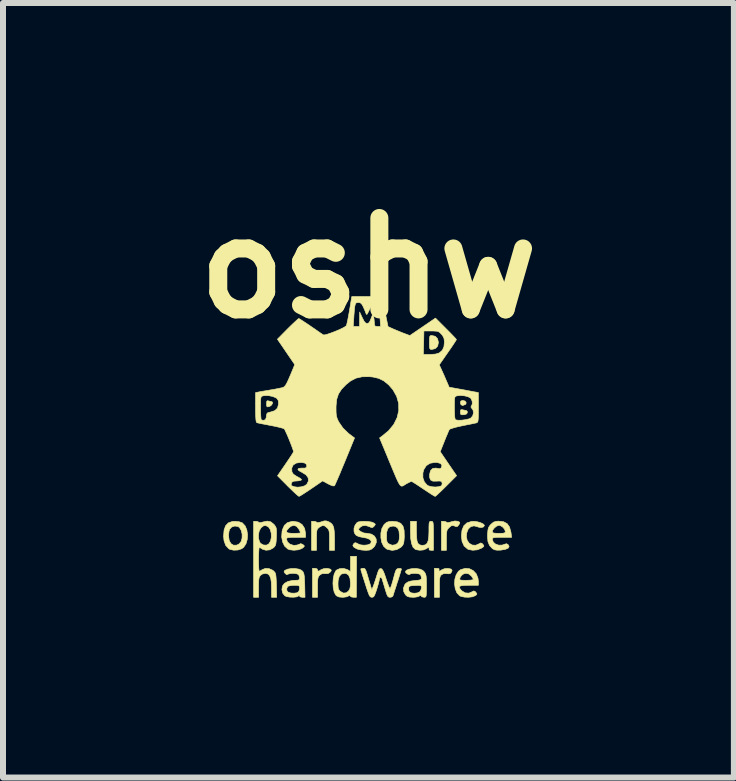
<source format=kicad_pcb>
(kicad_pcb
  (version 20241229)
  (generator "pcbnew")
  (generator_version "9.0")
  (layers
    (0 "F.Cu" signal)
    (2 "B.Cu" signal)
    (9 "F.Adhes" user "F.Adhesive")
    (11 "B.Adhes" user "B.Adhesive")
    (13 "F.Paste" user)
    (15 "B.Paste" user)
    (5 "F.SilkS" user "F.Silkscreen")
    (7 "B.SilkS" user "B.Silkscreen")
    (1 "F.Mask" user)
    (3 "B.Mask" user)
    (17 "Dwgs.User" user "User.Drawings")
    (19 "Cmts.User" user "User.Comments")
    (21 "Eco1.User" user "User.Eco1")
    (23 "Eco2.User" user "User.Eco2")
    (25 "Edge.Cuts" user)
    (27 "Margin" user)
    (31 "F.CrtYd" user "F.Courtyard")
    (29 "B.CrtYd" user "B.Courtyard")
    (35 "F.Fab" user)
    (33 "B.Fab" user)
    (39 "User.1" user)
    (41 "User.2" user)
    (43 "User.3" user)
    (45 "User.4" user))
  (footprint "oshw"
    (layer "F.Cu")
    (at 3.092 4.441)
    (property "Reference" "oshw" (at 0 -3.023 0) (layer "F.SilkS") (effects (font (size 1.524 1.524) (thickness 0.3))))
    (attr through_hole)
    (fp_poly (pts (xy 1.61 -0.806) (xy 1.628 -0.783) (xy 1.625 -0.758) (xy 1.614 -0.748) (xy 1.572 -0.732) (xy 1.543 -0.743) (xy 1.532 -0.774) (xy 1.539 -0.806) (xy 1.566 -0.816) (xy 1.574 -0.816) (xy 1.61 -0.806)) (stroke (width 0.01) (type solid)) (fill yes) (layer "F.SilkS"))
    (fp_poly (pts (xy 1.57 -0.66) (xy 1.609 -0.652) (xy 1.628 -0.65) (xy 1.645 -0.636) (xy 1.649 -0.618) (xy 1.637 -0.592) (xy 1.599 -0.579) (xy 1.561 -0.577) (xy 1.541 -0.58) (xy 1.534 -0.601) (xy 1.532 -0.629) (xy 1.537 -0.659) (xy 1.558 -0.663) (xy 1.57 -0.66)) (stroke (width 0.01) (type solid)) (fill yes) (layer "F.SilkS"))
    (fp_poly (pts (xy -1.673 -0.81) (xy -1.634 -0.8) (xy -1.621 -0.799) (xy -1.601 -0.789) (xy -1.6 -0.766) (xy -1.616 -0.739) (xy -1.644 -0.718) (xy -1.653 -0.715) (xy -1.684 -0.709) (xy -1.696 -0.72) (xy -1.699 -0.755) (xy -1.699 -0.761) (xy -1.696 -0.8) (xy -1.684 -0.812) (xy -1.673 -0.81)) (stroke (width 0.01) (type solid)) (fill yes) (layer "F.SilkS"))
    (fp_poly (pts (xy 1.113 -1.885) (xy 1.151 -1.846) (xy 1.166 -1.786) (xy 1.166 -1.782) (xy 1.153 -1.721) (xy 1.115 -1.681) (xy 1.057 -1.666) (xy 1.054 -1.666) (xy 1.034 -1.668) (xy 1.023 -1.679) (xy 1.017 -1.707) (xy 1.016 -1.759) (xy 1.016 -1.782) (xy 1.017 -1.843) (xy 1.02 -1.878) (xy 1.03 -1.894) (xy 1.046 -1.899) (xy 1.054 -1.899) (xy 1.113 -1.885)) (stroke (width 0.01) (type solid)) (fill yes) (layer "F.SilkS"))
    (fp_poly (pts (xy 1.174 1.987) (xy 1.177 2.005) (xy 1.177 2.007) (xy 1.175 2.029) (xy 1.194 2.026) (xy 1.223 2.006) (xy 1.268 1.988) (xy 1.324 1.983) (xy 1.372 1.993) (xy 1.38 1.997) (xy 1.394 2.016) (xy 1.384 2.045) (xy 1.365 2.068) (xy 1.334 2.074) (xy 1.307 2.07) (xy 1.254 2.07) (xy 1.215 2.091) (xy 1.2 2.108) (xy 1.191 2.133) (xy 1.185 2.171) (xy 1.183 2.231) (xy 1.183 2.293) (xy 1.183 2.465) (xy 1.099 2.465) (xy 1.099 1.982) (xy 1.143 1.982) (xy 1.174 1.987)) (stroke (width 0.01) (type solid)) (fill yes) (layer "F.SilkS"))
    (fp_poly (pts (xy 1.488 1.198) (xy 1.491 1.199) (xy 1.519 1.213) (xy 1.522 1.229) (xy 1.506 1.257) (xy 1.482 1.285) (xy 1.458 1.286) (xy 1.448 1.282) (xy 1.41 1.268) (xy 1.377 1.275) (xy 1.34 1.307) (xy 1.321 1.328) (xy 1.309 1.351) (xy 1.303 1.385) (xy 1.3 1.436) (xy 1.299 1.512) (xy 1.299 1.682) (xy 1.216 1.682) (xy 1.216 1.199) (xy 1.256 1.199) (xy 1.289 1.205) (xy 1.302 1.215) (xy 1.32 1.221) (xy 1.361 1.213) (xy 1.378 1.207) (xy 1.44 1.193) (xy 1.488 1.198)) (stroke (width 0.01) (type solid)) (fill yes) (layer "F.SilkS"))
    (fp_poly (pts (xy -0.858 1.991) (xy -0.849 2.007) (xy -0.842 2.029) (xy -0.82 2.025) (xy -0.792 2.006) (xy -0.746 1.988) (xy -0.689 1.983) (xy -0.64 1.994) (xy -0.634 1.998) (xy -0.619 2.013) (xy -0.628 2.033) (xy -0.639 2.046) (xy -0.673 2.07) (xy -0.719 2.071) (xy -0.724 2.07) (xy -0.773 2.071) (xy -0.811 2.094) (xy -0.814 2.097) (xy -0.831 2.117) (xy -0.841 2.142) (xy -0.847 2.18) (xy -0.849 2.239) (xy -0.849 2.298) (xy -0.849 2.465) (xy -0.933 2.465) (xy -0.933 1.982) (xy -0.891 1.982) (xy -0.858 1.991)) (stroke (width 0.01) (type solid)) (fill yes) (layer "F.SilkS"))
    (fp_poly (pts (xy -0.666 1.205) (xy -0.659 1.208) (xy -0.622 1.231) (xy -0.596 1.261) (xy -0.579 1.306) (xy -0.57 1.369) (xy -0.567 1.458) (xy -0.566 1.5) (xy -0.566 1.682) (xy -0.65 1.682) (xy -0.65 1.515) (xy -0.65 1.438) (xy -0.653 1.386) (xy -0.659 1.352) (xy -0.671 1.329) (xy -0.69 1.307) (xy -0.69 1.307) (xy -0.732 1.274) (xy -0.769 1.27) (xy -0.813 1.293) (xy -0.822 1.3) (xy -0.842 1.317) (xy -0.855 1.336) (xy -0.862 1.364) (xy -0.865 1.408) (xy -0.866 1.475) (xy -0.866 1.509) (xy -0.866 1.682) (xy -0.949 1.682) (xy -0.949 1.199) (xy -0.909 1.199) (xy -0.876 1.205) (xy -0.863 1.215) (xy -0.845 1.221) (xy -0.804 1.213) (xy -0.786 1.207) (xy -0.737 1.192) (xy -0.703 1.192) (xy -0.666 1.205)) (stroke (width 0.01) (type solid)) (fill yes) (layer "F.SilkS"))
    (fp_poly (pts (xy 1.81 1.205) (xy 1.864 1.22) (xy 1.908 1.24) (xy 1.931 1.262) (xy 1.932 1.269) (xy 1.918 1.292) (xy 1.884 1.302) (xy 1.841 1.298) (xy 1.82 1.29) (xy 1.758 1.274) (xy 1.705 1.288) (xy 1.663 1.327) (xy 1.638 1.391) (xy 1.632 1.451) (xy 1.645 1.516) (xy 1.68 1.565) (xy 1.73 1.594) (xy 1.787 1.598) (xy 1.843 1.574) (xy 1.872 1.559) (xy 1.894 1.568) (xy 1.907 1.582) (xy 1.923 1.604) (xy 1.92 1.62) (xy 1.893 1.64) (xy 1.88 1.648) (xy 1.813 1.674) (xy 1.738 1.681) (xy 1.669 1.668) (xy 1.652 1.66) (xy 1.594 1.609) (xy 1.56 1.535) (xy 1.549 1.444) (xy 1.559 1.345) (xy 1.59 1.272) (xy 1.641 1.225) (xy 1.714 1.202) (xy 1.754 1.199) (xy 1.81 1.205)) (stroke (width 0.01) (type solid)) (fill yes) (layer "F.SilkS"))
    (fp_poly (pts (xy -2.157 1.206) (xy -2.106 1.223) (xy -2.101 1.226) (xy -2.055 1.276) (xy -2.027 1.344) (xy -2.016 1.422) (xy -2.021 1.502) (xy -2.042 1.574) (xy -2.08 1.631) (xy -2.113 1.656) (xy -2.177 1.677) (xy -2.247 1.68) (xy -2.309 1.667) (xy -2.328 1.656) (xy -2.379 1.601) (xy -2.408 1.521) (xy -2.415 1.448) (xy -2.332 1.448) (xy -2.321 1.52) (xy -2.292 1.571) (xy -2.25 1.597) (xy -2.197 1.596) (xy -2.154 1.574) (xy -2.122 1.534) (xy -2.107 1.477) (xy -2.106 1.412) (xy -2.121 1.351) (xy -2.149 1.304) (xy -2.173 1.286) (xy -2.228 1.277) (xy -2.28 1.294) (xy -2.314 1.331) (xy -2.325 1.366) (xy -2.331 1.42) (xy -2.332 1.448) (xy -2.415 1.448) (xy -2.415 1.443) (xy -2.407 1.344) (xy -2.381 1.272) (xy -2.336 1.225) (xy -2.27 1.202) (xy -2.224 1.199) (xy -2.157 1.206)) (stroke (width 0.01) (type solid)) (fill yes) (layer "F.SilkS"))
    (fp_poly (pts (xy 0.799 1.372) (xy 0.802 1.464) (xy 0.81 1.529) (xy 0.826 1.569) (xy 0.853 1.591) (xy 0.891 1.599) (xy 0.902 1.599) (xy 0.946 1.592) (xy 0.976 1.567) (xy 0.995 1.522) (xy 1.005 1.451) (xy 1.008 1.364) (xy 1.008 1.289) (xy 1.01 1.241) (xy 1.015 1.214) (xy 1.024 1.202) (xy 1.04 1.199) (xy 1.045 1.199) (xy 1.06 1.2) (xy 1.07 1.207) (xy 1.077 1.223) (xy 1.08 1.255) (xy 1.082 1.308) (xy 1.083 1.386) (xy 1.083 1.441) (xy 1.083 1.682) (xy 1.042 1.682) (xy 1.012 1.676) (xy 1.01 1.657) (xy 1.011 1.636) (xy 0.991 1.638) (xy 0.959 1.658) (xy 0.914 1.676) (xy 0.855 1.681) (xy 0.798 1.672) (xy 0.777 1.663) (xy 0.742 1.629) (xy 0.719 1.572) (xy 0.704 1.488) (xy 0.7 1.376) (xy 0.7 1.366) (xy 0.7 1.199) (xy 0.799 1.199) (xy 0.799 1.372)) (stroke (width 0.01) (type solid)) (fill yes) (layer "F.SilkS"))
    (fp_poly (pts (xy -0.202 2.465) (xy -0.25 2.465) (xy -0.286 2.459) (xy -0.305 2.444) (xy -0.316 2.432) (xy -0.334 2.444) (xy -0.364 2.457) (xy -0.411 2.464) (xy -0.433 2.465) (xy -0.491 2.46) (xy -0.53 2.442) (xy -0.545 2.428) (xy -0.571 2.379) (xy -0.587 2.31) (xy -0.592 2.235) (xy -0.508 2.235) (xy -0.506 2.294) (xy -0.498 2.331) (xy -0.48 2.357) (xy -0.469 2.367) (xy -0.417 2.395) (xy -0.37 2.39) (xy -0.334 2.362) (xy -0.312 2.328) (xy -0.302 2.28) (xy -0.3 2.232) (xy -0.308 2.149) (xy -0.332 2.095) (xy -0.373 2.068) (xy -0.398 2.065) (xy -0.452 2.078) (xy -0.487 2.117) (xy -0.505 2.184) (xy -0.508 2.235) (xy -0.592 2.235) (xy -0.592 2.231) (xy -0.587 2.151) (xy -0.572 2.08) (xy -0.547 2.027) (xy -0.533 2.012) (xy -0.48 1.988) (xy -0.415 1.984) (xy -0.354 2.002) (xy -0.341 2.009) (xy -0.3 2.036) (xy -0.3 1.782) (xy -0.199 1.782) (xy -0.202 2.465)) (stroke (width 0.01) (type solid)) (fill yes) (layer "F.SilkS"))
    (fp_poly (pts (xy 0.48 1.207) (xy 0.538 1.233) (xy 0.575 1.279) (xy 0.594 1.349) (xy 0.597 1.446) (xy 0.597 1.462) (xy 0.592 1.527) (xy 0.585 1.569) (xy 0.571 1.598) (xy 0.547 1.625) (xy 0.536 1.634) (xy 0.471 1.671) (xy 0.395 1.683) (xy 0.318 1.667) (xy 0.298 1.657) (xy 0.253 1.615) (xy 0.222 1.552) (xy 0.207 1.475) (xy 0.207 1.442) (xy 0.3 1.442) (xy 0.302 1.503) (xy 0.309 1.539) (xy 0.324 1.563) (xy 0.337 1.573) (xy 0.394 1.597) (xy 0.449 1.589) (xy 0.483 1.566) (xy 0.504 1.536) (xy 0.514 1.492) (xy 0.516 1.435) (xy 0.508 1.357) (xy 0.484 1.307) (xy 0.441 1.282) (xy 0.408 1.278) (xy 0.355 1.289) (xy 0.321 1.322) (xy 0.303 1.382) (xy 0.3 1.442) (xy 0.207 1.442) (xy 0.207 1.395) (xy 0.223 1.32) (xy 0.257 1.258) (xy 0.268 1.245) (xy 0.303 1.216) (xy 0.342 1.203) (xy 0.399 1.199) (xy 0.4 1.199) (xy 0.48 1.207)) (stroke (width 0.01) (type solid)) (fill yes) (layer "F.SilkS"))
    (fp_poly (pts (xy 1.684 1.989) (xy 1.747 2.021) (xy 1.797 2.075) (xy 1.826 2.149) (xy 1.832 2.205) (xy 1.832 2.265) (xy 1.674 2.265) (xy 1.591 2.267) (xy 1.539 2.274) (xy 1.515 2.288) (xy 1.517 2.31) (xy 1.543 2.344) (xy 1.557 2.358) (xy 1.611 2.391) (xy 1.673 2.396) (xy 1.726 2.374) (xy 1.755 2.359) (xy 1.777 2.368) (xy 1.789 2.381) (xy 1.807 2.405) (xy 1.801 2.422) (xy 1.78 2.438) (xy 1.732 2.457) (xy 1.667 2.465) (xy 1.598 2.462) (xy 1.539 2.449) (xy 1.518 2.438) (xy 1.473 2.389) (xy 1.446 2.321) (xy 1.435 2.243) (xy 1.44 2.164) (xy 1.52 2.164) (xy 1.527 2.175) (xy 1.551 2.18) (xy 1.598 2.182) (xy 1.631 2.182) (xy 1.689 2.18) (xy 1.731 2.175) (xy 1.749 2.168) (xy 1.749 2.167) (xy 1.739 2.146) (xy 1.716 2.112) (xy 1.714 2.109) (xy 1.669 2.074) (xy 1.617 2.065) (xy 1.569 2.083) (xy 1.533 2.124) (xy 1.525 2.144) (xy 1.52 2.164) (xy 1.44 2.164) (xy 1.44 2.163) (xy 1.462 2.09) (xy 1.499 2.032) (xy 1.534 2.006) (xy 1.61 1.983) (xy 1.684 1.989)) (stroke (width 0.01) (type solid)) (fill yes) (layer "F.SilkS"))
    (fp_poly (pts (xy -1.169 1.213) (xy -1.106 1.253) (xy -1.065 1.316) (xy -1.049 1.4) (xy -1.049 1.407) (xy -1.049 1.466) (xy -1.208 1.466) (xy -1.281 1.466) (xy -1.328 1.469) (xy -1.354 1.475) (xy -1.364 1.485) (xy -1.366 1.496) (xy -1.351 1.542) (xy -1.311 1.578) (xy -1.257 1.597) (xy -1.235 1.599) (xy -1.189 1.594) (xy -1.157 1.583) (xy -1.154 1.581) (xy -1.129 1.571) (xy -1.101 1.581) (xy -1.072 1.602) (xy -1.072 1.622) (xy -1.102 1.646) (xy -1.114 1.654) (xy -1.172 1.674) (xy -1.243 1.681) (xy -1.31 1.673) (xy -1.345 1.66) (xy -1.397 1.613) (xy -1.431 1.544) (xy -1.447 1.46) (xy -1.441 1.374) (xy -1.367 1.374) (xy -1.346 1.391) (xy -1.294 1.398) (xy -1.249 1.399) (xy -1.192 1.398) (xy -1.15 1.395) (xy -1.133 1.39) (xy -1.133 1.39) (xy -1.14 1.37) (xy -1.156 1.335) (xy -1.157 1.334) (xy -1.196 1.284) (xy -1.242 1.266) (xy -1.293 1.281) (xy -1.325 1.307) (xy -1.359 1.347) (xy -1.367 1.374) (xy -1.441 1.374) (xy -1.441 1.369) (xy -1.434 1.338) (xy -1.401 1.265) (xy -1.349 1.22) (xy -1.275 1.2) (xy -1.251 1.199) (xy -1.169 1.213)) (stroke (width 0.01) (type solid)) (fill yes) (layer "F.SilkS"))
    (fp_poly (pts (xy -0.009 1.202) (xy 0.046 1.21) (xy 0.072 1.218) (xy 0.106 1.237) (xy 0.114 1.252) (xy 0.1 1.273) (xy 0.093 1.281) (xy 0.069 1.302) (xy 0.044 1.301) (xy 0.02 1.289) (xy -0.047 1.268) (xy -0.105 1.275) (xy -0.143 1.301) (xy -0.164 1.327) (xy -0.161 1.344) (xy -0.135 1.367) (xy -0.079 1.393) (xy -0.022 1.399) (xy 0.049 1.412) (xy 0.1 1.445) (xy 0.128 1.493) (xy 0.131 1.55) (xy 0.106 1.608) (xy 0.085 1.634) (xy 0.05 1.663) (xy 0.014 1.678) (xy -0.038 1.682) (xy -0.053 1.682) (xy -0.115 1.677) (xy -0.173 1.665) (xy -0.194 1.658) (xy -0.243 1.63) (xy -0.261 1.602) (xy -0.246 1.572) (xy -0.245 1.571) (xy -0.224 1.555) (xy -0.201 1.56) (xy -0.178 1.573) (xy -0.132 1.591) (xy -0.075 1.597) (xy -0.018 1.592) (xy 0.025 1.576) (xy 0.04 1.562) (xy 0.046 1.528) (xy 0.021 1.5) (xy -0.033 1.478) (xy -0.088 1.468) (xy -0.16 1.454) (xy -0.205 1.432) (xy -0.231 1.399) (xy -0.241 1.366) (xy -0.241 1.315) (xy -0.223 1.262) (xy -0.193 1.222) (xy -0.174 1.21) (xy -0.132 1.202) (xy -0.072 1.199) (xy -0.009 1.202)) (stroke (width 0.01) (type solid)) (fill yes) (layer "F.SilkS"))
    (fp_poly (pts (xy 2.252 1.206) (xy 2.312 1.238) (xy 2.351 1.294) (xy 2.374 1.378) (xy 2.376 1.388) (xy 2.386 1.466) (xy 2.226 1.466) (xy 2.152 1.466) (xy 2.105 1.469) (xy 2.079 1.474) (xy 2.068 1.484) (xy 2.065 1.499) (xy 2.08 1.545) (xy 2.118 1.578) (xy 2.17 1.596) (xy 2.229 1.595) (xy 2.268 1.581) (xy 2.302 1.572) (xy 2.329 1.589) (xy 2.344 1.619) (xy 2.329 1.645) (xy 2.285 1.665) (xy 2.217 1.677) (xy 2.203 1.679) (xy 2.142 1.68) (xy 2.101 1.673) (xy 2.068 1.655) (xy 2.063 1.651) (xy 2.017 1.6) (xy 1.991 1.535) (xy 1.984 1.448) (xy 1.985 1.407) (xy 1.989 1.369) (xy 2.065 1.369) (xy 2.07 1.385) (xy 2.087 1.394) (xy 2.125 1.398) (xy 2.174 1.399) (xy 2.233 1.398) (xy 2.265 1.393) (xy 2.279 1.382) (xy 2.282 1.369) (xy 2.268 1.329) (xy 2.234 1.291) (xy 2.193 1.268) (xy 2.178 1.266) (xy 2.137 1.278) (xy 2.098 1.309) (xy 2.07 1.347) (xy 2.065 1.369) (xy 1.989 1.369) (xy 1.991 1.344) (xy 2.002 1.302) (xy 2.023 1.269) (xy 2.043 1.247) (xy 2.084 1.213) (xy 2.128 1.199) (xy 2.17 1.196) (xy 2.252 1.206)) (stroke (width 0.01) (type solid)) (fill yes) (layer "F.SilkS"))
    (fp_poly (pts (xy -1.159 1.996) (xy -1.136 2.005) (xy -1.109 2.021) (xy -1.091 2.04) (xy -1.078 2.069) (xy -1.07 2.113) (xy -1.066 2.177) (xy -1.062 2.268) (xy -1.062 2.286) (xy -1.058 2.465) (xy -1.103 2.465) (xy -1.137 2.459) (xy -1.149 2.445) (xy -1.154 2.433) (xy -1.169 2.445) (xy -1.201 2.459) (xy -1.252 2.464) (xy -1.311 2.462) (xy -1.364 2.453) (xy -1.394 2.44) (xy -1.429 2.397) (xy -1.443 2.338) (xy -1.441 2.323) (xy -1.364 2.323) (xy -1.357 2.361) (xy -1.337 2.38) (xy -1.295 2.394) (xy -1.243 2.397) (xy -1.195 2.391) (xy -1.169 2.378) (xy -1.154 2.348) (xy -1.149 2.312) (xy -1.151 2.285) (xy -1.163 2.271) (xy -1.192 2.266) (xy -1.238 2.265) (xy -1.291 2.269) (xy -1.332 2.278) (xy -1.346 2.285) (xy -1.364 2.323) (xy -1.441 2.323) (xy -1.433 2.276) (xy -1.433 2.276) (xy -1.4 2.232) (xy -1.341 2.2) (xy -1.263 2.184) (xy -1.225 2.182) (xy -1.178 2.18) (xy -1.156 2.172) (xy -1.149 2.152) (xy -1.149 2.144) (xy -1.157 2.104) (xy -1.169 2.085) (xy -1.2 2.072) (xy -1.247 2.066) (xy -1.297 2.068) (xy -1.335 2.077) (xy -1.343 2.082) (xy -1.366 2.087) (xy -1.388 2.068) (xy -1.407 2.043) (xy -1.402 2.025) (xy -1.39 2.015) (xy -1.348 1.996) (xy -1.287 1.986) (xy -1.22 1.986) (xy -1.159 1.996)) (stroke (width 0.01) (type solid)) (fill yes) (layer "F.SilkS"))
    (fp_poly (pts (xy 0.803 1.986) (xy 0.864 1.997) (xy 0.905 2.017) (xy 0.928 2.039) (xy 0.944 2.061) (xy 0.955 2.086) (xy 0.962 2.12) (xy 0.965 2.171) (xy 0.966 2.246) (xy 0.966 2.274) (xy 0.966 2.356) (xy 0.964 2.411) (xy 0.961 2.443) (xy 0.953 2.459) (xy 0.941 2.464) (xy 0.926 2.465) (xy 0.892 2.457) (xy 0.878 2.444) (xy 0.867 2.432) (xy 0.848 2.444) (xy 0.82 2.456) (xy 0.771 2.464) (xy 0.741 2.465) (xy 0.682 2.461) (xy 0.644 2.447) (xy 0.619 2.426) (xy 0.588 2.372) (xy 0.584 2.312) (xy 0.669 2.312) (xy 0.673 2.353) (xy 0.684 2.374) (xy 0.716 2.392) (xy 0.765 2.398) (xy 0.816 2.392) (xy 0.854 2.374) (xy 0.857 2.372) (xy 0.877 2.335) (xy 0.883 2.305) (xy 0.881 2.282) (xy 0.87 2.271) (xy 0.844 2.267) (xy 0.793 2.268) (xy 0.779 2.269) (xy 0.721 2.272) (xy 0.689 2.279) (xy 0.674 2.293) (xy 0.669 2.312) (xy 0.584 2.312) (xy 0.584 2.31) (xy 0.606 2.253) (xy 0.623 2.233) (xy 0.659 2.209) (xy 0.708 2.194) (xy 0.773 2.186) (xy 0.832 2.18) (xy 0.865 2.173) (xy 0.88 2.16) (xy 0.883 2.141) (xy 0.874 2.103) (xy 0.863 2.085) (xy 0.835 2.073) (xy 0.79 2.067) (xy 0.742 2.067) (xy 0.704 2.073) (xy 0.691 2.082) (xy 0.672 2.087) (xy 0.645 2.075) (xy 0.622 2.054) (xy 0.616 2.038) (xy 0.631 2.016) (xy 0.671 1.998) (xy 0.728 1.987) (xy 0.791 1.985) (xy 0.803 1.986)) (stroke (width 0.01) (type solid)) (fill yes) (layer "F.SilkS"))
    (fp_poly (pts (xy -0.077 1.982) (xy -0.064 1.987) (xy -0.053 2) (xy -0.04 2.026) (xy -0.025 2.071) (xy -0.005 2.139) (xy 0.018 2.215) (xy 0.055 2.34) (xy 0.076 2.29) (xy 0.091 2.25) (xy 0.111 2.19) (xy 0.133 2.122) (xy 0.136 2.111) (xy 0.157 2.045) (xy 0.173 2.007) (xy 0.189 1.989) (xy 0.207 1.986) (xy 0.207 1.986) (xy 0.225 1.995) (xy 0.243 2.022) (xy 0.264 2.07) (xy 0.29 2.145) (xy 0.292 2.154) (xy 0.316 2.222) (xy 0.336 2.277) (xy 0.352 2.311) (xy 0.359 2.32) (xy 0.368 2.306) (xy 0.383 2.267) (xy 0.401 2.208) (xy 0.415 2.157) (xy 0.435 2.082) (xy 0.45 2.033) (xy 0.464 2.005) (xy 0.479 1.991) (xy 0.499 1.986) (xy 0.504 1.985) (xy 0.537 1.985) (xy 0.55 1.993) (xy 0.545 2.012) (xy 0.531 2.058) (xy 0.511 2.122) (xy 0.487 2.199) (xy 0.481 2.214) (xy 0.456 2.294) (xy 0.433 2.363) (xy 0.417 2.415) (xy 0.408 2.442) (xy 0.407 2.444) (xy 0.388 2.46) (xy 0.36 2.465) (xy 0.339 2.462) (xy 0.323 2.45) (xy 0.308 2.421) (xy 0.291 2.371) (xy 0.275 2.319) (xy 0.255 2.252) (xy 0.238 2.197) (xy 0.227 2.16) (xy 0.225 2.153) (xy 0.208 2.133) (xy 0.189 2.139) (xy 0.183 2.159) (xy 0.178 2.186) (xy 0.166 2.236) (xy 0.147 2.3) (xy 0.14 2.325) (xy 0.117 2.393) (xy 0.1 2.435) (xy 0.085 2.457) (xy 0.067 2.464) (xy 0.057 2.465) (xy 0.04 2.462) (xy 0.025 2.451) (xy 0.01 2.425) (xy -0.007 2.381) (xy -0.031 2.312) (xy -0.047 2.261) (xy -0.073 2.18) (xy -0.096 2.109) (xy -0.113 2.053) (xy -0.123 2.021) (xy -0.124 2.02) (xy -0.128 1.992) (xy -0.109 1.983) (xy -0.094 1.982) (xy -0.077 1.982)) (stroke (width 0.01) (type solid)) (fill yes) (layer "F.SilkS"))
    (fp_poly (pts (xy -1.629 1.207) (xy -1.577 1.249) (xy -1.572 1.254) (xy -1.552 1.281) (xy -1.539 1.308) (xy -1.534 1.342) (xy -1.533 1.394) (xy -1.535 1.454) (xy -1.538 1.526) (xy -1.544 1.573) (xy -1.553 1.603) (xy -1.569 1.625) (xy -1.587 1.642) (xy -1.645 1.674) (xy -1.708 1.681) (xy -1.765 1.664) (xy -1.775 1.658) (xy -1.805 1.639) (xy -1.82 1.633) (xy -1.824 1.648) (xy -1.828 1.69) (xy -1.831 1.753) (xy -1.832 1.83) (xy -1.832 1.832) (xy -1.831 1.909) (xy -1.829 1.972) (xy -1.825 2.015) (xy -1.82 2.031) (xy -1.82 2.031) (xy -1.798 2.022) (xy -1.775 2.006) (xy -1.72 1.984) (xy -1.657 1.987) (xy -1.597 2.014) (xy -1.587 2.022) (xy -1.568 2.04) (xy -1.554 2.059) (xy -1.546 2.086) (xy -1.541 2.126) (xy -1.537 2.188) (xy -1.535 2.264) (xy -1.53 2.465) (xy -1.616 2.465) (xy -1.616 2.314) (xy -1.619 2.216) (xy -1.63 2.146) (xy -1.65 2.101) (xy -1.672 2.078) (xy -1.717 2.066) (xy -1.768 2.077) (xy -1.799 2.099) (xy -1.814 2.118) (xy -1.824 2.145) (xy -1.83 2.185) (xy -1.832 2.247) (xy -1.832 2.298) (xy -1.832 2.465) (xy -1.915 2.465) (xy -1.915 1.418) (xy -1.834 1.418) (xy -1.832 1.485) (xy -1.815 1.542) (xy -1.799 1.566) (xy -1.752 1.593) (xy -1.701 1.596) (xy -1.659 1.573) (xy -1.632 1.527) (xy -1.619 1.464) (xy -1.621 1.397) (xy -1.637 1.337) (xy -1.666 1.294) (xy -1.67 1.291) (xy -1.713 1.269) (xy -1.749 1.274) (xy -1.791 1.306) (xy -1.791 1.307) (xy -1.82 1.355) (xy -1.834 1.418) (xy -1.915 1.418) (xy -1.915 1.199) (xy -1.875 1.199) (xy -1.842 1.205) (xy -1.829 1.215) (xy -1.811 1.221) (xy -1.77 1.213) (xy -1.76 1.21) (xy -1.687 1.195) (xy -1.629 1.207)) (stroke (width 0.01) (type solid)) (fill yes) (layer "F.SilkS"))
    (fp_poly (pts (xy 0.22 -2.534) (xy 0.232 -2.492) (xy 0.247 -2.428) (xy 0.265 -2.348) (xy 0.275 -2.299) (xy 0.326 -2.047) (xy 0.4 -2.013) (xy 0.457 -1.989) (xy 0.527 -1.96) (xy 0.582 -1.938) (xy 0.69 -1.898) (xy 0.903 -2.043) (xy 1.117 -2.189) (xy 1.291 -2.015) (xy 1.353 -1.953) (xy 1.404 -1.9) (xy 1.443 -1.859) (xy 1.463 -1.835) (xy 1.466 -1.831) (xy 1.457 -1.815) (xy 1.432 -1.776) (xy 1.395 -1.72) (xy 1.348 -1.652) (xy 1.323 -1.616) (xy 1.18 -1.41) (xy 1.23 -1.301) (xy 1.261 -1.232) (xy 1.291 -1.162) (xy 1.312 -1.114) (xy 1.345 -1.037) (xy 1.543 -1.001) (xy 1.625 -0.986) (xy 1.698 -0.972) (xy 1.755 -0.961) (xy 1.786 -0.956) (xy 1.832 -0.947) (xy 1.832 -0.699) (xy 1.832 -0.603) (xy 1.831 -0.535) (xy 1.828 -0.491) (xy 1.823 -0.464) (xy 1.815 -0.45) (xy 1.803 -0.444) (xy 1.795 -0.441) (xy 1.764 -0.435) (xy 1.709 -0.423) (xy 1.637 -0.409) (xy 1.559 -0.393) (xy 1.481 -0.376) (xy 1.415 -0.358) (xy 1.368 -0.343) (xy 1.348 -0.331) (xy 1.336 -0.307) (xy 1.316 -0.259) (xy 1.289 -0.195) (xy 1.265 -0.135) (xy 1.196 0.038) (xy 1.332 0.238) (xy 1.469 0.438) (xy 1.297 0.61) (xy 1.235 0.671) (xy 1.181 0.723) (xy 1.14 0.761) (xy 1.115 0.781) (xy 1.111 0.783) (xy 1.093 0.774) (xy 1.052 0.75) (xy 0.996 0.713) (xy 0.929 0.669) (xy 0.913 0.658) (xy 0.844 0.612) (xy 0.785 0.573) (xy 0.741 0.546) (xy 0.718 0.533) (xy 0.716 0.533) (xy 0.695 0.541) (xy 0.656 0.56) (xy 0.63 0.574) (xy 0.603 0.591) (xy 0.581 0.605) (xy 0.563 0.612) (xy 0.546 0.611) (xy 0.53 0.599) (xy 0.511 0.573) (xy 0.488 0.53) (xy 0.46 0.468) (xy 0.428 0.393) (xy 0.907 0.393) (xy 0.907 0.473) (xy 0.932 0.542) (xy 0.977 0.594) (xy 1.003 0.609) (xy 1.053 0.622) (xy 1.113 0.627) (xy 1.17 0.622) (xy 1.211 0.609) (xy 1.219 0.603) (xy 1.228 0.575) (xy 1.226 0.554) (xy 1.214 0.534) (xy 1.191 0.527) (xy 1.146 0.528) (xy 1.136 0.529) (xy 1.073 0.529) (xy 1.036 0.51) (xy 1.019 0.469) (xy 1.019 0.414) (xy 1.035 0.353) (xy 1.07 0.318) (xy 1.123 0.311) (xy 1.151 0.317) (xy 1.188 0.323) (xy 1.21 0.309) (xy 1.218 0.296) (xy 1.223 0.26) (xy 1.199 0.234) (xy 1.149 0.219) (xy 1.108 0.217) (xy 1.026 0.231) (xy 0.963 0.272) (xy 0.922 0.337) (xy 0.907 0.393) (xy 0.428 0.393) (xy 0.424 0.384) (xy 0.379 0.275) (xy 0.322 0.139) (xy 0.31 0.108) (xy 0.185 -0.192) (xy 0.221 -0.217) (xy 0.335 -0.311) (xy 0.421 -0.416) (xy 0.477 -0.529) (xy 0.505 -0.647) (xy 0.504 -0.692) (xy 1.432 -0.692) (xy 1.434 -0.601) (xy 1.438 -0.539) (xy 1.445 -0.504) (xy 1.453 -0.493) (xy 1.493 -0.486) (xy 1.551 -0.487) (xy 1.615 -0.495) (xy 1.672 -0.508) (xy 1.705 -0.522) (xy 1.737 -0.559) (xy 1.75 -0.608) (xy 1.743 -0.656) (xy 1.723 -0.683) (xy 1.707 -0.707) (xy 1.715 -0.722) (xy 1.731 -0.759) (xy 1.728 -0.806) (xy 1.708 -0.848) (xy 1.7 -0.857) (xy 1.658 -0.879) (xy 1.597 -0.894) (xy 1.531 -0.899) (xy 1.475 -0.893) (xy 1.457 -0.887) (xy 1.445 -0.878) (xy 1.437 -0.858) (xy 1.434 -0.822) (xy 1.433 -0.763) (xy 1.432 -0.692) (xy 0.504 -0.692) (xy 0.503 -0.766) (xy 0.47 -0.883) (xy 0.408 -0.994) (xy 0.337 -1.076) (xy 0.256 -1.142) (xy 0.171 -1.184) (xy 0.072 -1.207) (xy 0.015 -1.212) (xy -0.106 -1.211) (xy -0.207 -1.188) (xy -0.298 -1.141) (xy -0.371 -1.083) (xy -0.449 -1.003) (xy -0.5 -0.924) (xy -0.529 -0.836) (xy -0.54 -0.73) (xy -0.541 -0.691) (xy -0.54 -0.615) (xy -0.535 -0.561) (xy -0.523 -0.518) (xy -0.504 -0.475) (xy -0.492 -0.453) (xy -0.425 -0.356) (xy -0.332 -0.266) (xy -0.278 -0.225) (xy -0.232 -0.191) (xy -0.392 0.2) (xy -0.437 0.307) (xy -0.477 0.405) (xy -0.513 0.488) (xy -0.541 0.552) (xy -0.56 0.594) (xy -0.568 0.607) (xy -0.592 0.609) (xy -0.638 0.592) (xy -0.674 0.574) (xy -0.764 0.525) (xy -0.953 0.654) (xy -1.023 0.701) (xy -1.083 0.74) (xy -1.129 0.769) (xy -1.155 0.782) (xy -1.158 0.783) (xy -1.175 0.772) (xy -1.211 0.741) (xy -1.261 0.694) (xy -1.32 0.637) (xy -1.346 0.611) (xy -1.36 0.597) (xy -1.289 0.597) (xy -1.278 0.607) (xy -1.244 0.619) (xy -1.233 0.623) (xy -1.182 0.63) (xy -1.122 0.624) (xy -1.066 0.608) (xy -1.029 0.583) (xy -1.029 0.583) (xy -1.001 0.528) (xy -1.005 0.474) (xy -1.04 0.425) (xy -1.104 0.385) (xy -1.11 0.382) (xy -1.159 0.355) (xy -1.177 0.333) (xy -1.164 0.317) (xy -1.121 0.312) (xy -1.104 0.312) (xy -1.059 0.312) (xy -1.036 0.301) (xy -1.028 0.283) (xy -1.033 0.249) (xy -1.066 0.226) (xy -1.124 0.217) (xy -1.131 0.217) (xy -1.204 0.228) (xy -1.255 0.26) (xy -1.279 0.311) (xy -1.276 0.375) (xy -1.252 0.413) (xy -1.199 0.448) (xy -1.187 0.454) (xy -1.144 0.478) (xy -1.119 0.499) (xy -1.116 0.508) (xy -1.136 0.518) (xy -1.178 0.525) (xy -1.198 0.526) (xy -1.247 0.53) (xy -1.273 0.544) (xy -1.285 0.564) (xy -1.289 0.597) (xy -1.36 0.597) (xy -1.516 0.44) (xy -1.383 0.246) (xy -1.335 0.175) (xy -1.294 0.114) (xy -1.265 0.068) (xy -1.25 0.041) (xy -1.249 0.038) (xy -1.255 0.013) (xy -1.272 -0.035) (xy -1.295 -0.096) (xy -1.322 -0.164) (xy -1.35 -0.231) (xy -1.376 -0.288) (xy -1.395 -0.328) (xy -1.404 -0.343) (xy -1.427 -0.352) (xy -1.477 -0.366) (xy -1.545 -0.382) (xy -1.624 -0.398) (xy -1.632 -0.399) (xy -1.713 -0.415) (xy -1.783 -0.428) (xy -1.834 -0.439) (xy -1.86 -0.445) (xy -1.861 -0.446) (xy -1.87 -0.459) (xy -1.876 -0.493) (xy -1.88 -0.551) (xy -1.882 -0.637) (xy -1.882 -0.694) (xy -1.799 -0.694) (xy -1.798 -0.617) (xy -1.795 -0.554) (xy -1.791 -0.51) (xy -1.787 -0.493) (xy -1.763 -0.486) (xy -1.741 -0.486) (xy -1.716 -0.499) (xy -1.704 -0.533) (xy -1.702 -0.552) (xy -1.696 -0.591) (xy -1.679 -0.611) (xy -1.642 -0.621) (xy -1.631 -0.623) (xy -1.561 -0.646) (xy -1.517 -0.688) (xy -1.5 -0.751) (xy -1.499 -0.766) (xy -1.504 -0.816) (xy -1.525 -0.847) (xy -1.54 -0.859) (xy -1.597 -0.883) (xy -1.669 -0.897) (xy -1.738 -0.896) (xy -1.756 -0.893) (xy -1.775 -0.887) (xy -1.787 -0.877) (xy -1.794 -0.857) (xy -1.798 -0.821) (xy -1.799 -0.763) (xy -1.799 -0.694) (xy -1.882 -0.694) (xy -1.882 -0.7) (xy -1.882 -0.947) (xy -1.836 -0.956) (xy -1.8 -0.963) (xy -1.741 -0.973) (xy -1.669 -0.985) (xy -1.624 -0.993) (xy -1.549 -1.006) (xy -1.484 -1.019) (xy -1.437 -1.029) (xy -1.421 -1.034) (xy -1.402 -1.046) (xy -1.381 -1.071) (xy -1.358 -1.112) (xy -1.329 -1.174) (xy -1.292 -1.261) (xy -1.271 -1.311) (xy -1.229 -1.414) (xy -1.344 -1.582) (xy 0.915 -1.582) (xy 1.025 -1.582) (xy 1.117 -1.589) (xy 1.179 -1.608) (xy 1.183 -1.61) (xy 1.231 -1.652) (xy 1.258 -1.712) (xy 1.266 -1.791) (xy 1.259 -1.851) (xy 1.235 -1.898) (xy 1.217 -1.919) (xy 1.19 -1.947) (xy 1.165 -1.964) (xy 1.131 -1.971) (xy 1.078 -1.974) (xy 1.047 -1.974) (xy 0.924 -1.974) (xy 0.92 -1.778) (xy 0.915 -1.582) (xy -1.344 -1.582) (xy -1.374 -1.626) (xy -1.518 -1.837) (xy -1.347 -2.01) (xy -1.285 -2.071) (xy -1.231 -2.122) (xy -1.19 -2.16) (xy -1.166 -2.18) (xy -1.162 -2.182) (xy -1.144 -2.173) (xy -1.105 -2.148) (xy -1.049 -2.111) (xy -0.981 -2.066) (xy -0.962 -2.052) (xy -0.891 -2.004) (xy -0.83 -1.961) (xy -0.783 -1.929) (xy -0.756 -1.911) (xy -0.753 -1.909) (xy -0.728 -1.909) (xy -0.682 -1.921) (xy -0.621 -1.942) (xy -0.553 -1.968) (xy -0.486 -1.996) (xy -0.428 -2.024) (xy -0.386 -2.048) (xy -0.384 -2.049) (xy -0.254 -2.049) (xy -0.15 -2.049) (xy -0.147 -2.29) (xy -0.103 -2.194) (xy -0.074 -2.138) (xy -0.05 -2.109) (xy -0.026 -2.099) (xy -0.023 -2.099) (xy 0.002 -2.106) (xy 0.022 -2.132) (xy 0.044 -2.184) (xy 0.044 -2.184) (xy 0.062 -2.232) (xy 0.072 -2.252) (xy 0.079 -2.247) (xy 0.085 -2.222) (xy 0.093 -2.171) (xy 0.098 -2.114) (xy 0.098 -2.111) (xy 0.102 -2.07) (xy 0.115 -2.053) (xy 0.146 -2.049) (xy 0.151 -2.049) (xy 0.202 -2.049) (xy 0.192 -2.194) (xy 0.185 -2.291) (xy 0.178 -2.36) (xy 0.171 -2.405) (xy 0.161 -2.431) (xy 0.148 -2.444) (xy 0.13 -2.448) (xy 0.118 -2.448) (xy 0.092 -2.445) (xy 0.071 -2.43) (xy 0.05 -2.398) (xy 0.022 -2.341) (xy 0.021 -2.339) (xy -0.006 -2.284) (xy -0.022 -2.255) (xy -0.033 -2.25) (xy -0.041 -2.264) (xy -0.042 -2.268) (xy -0.057 -2.307) (xy -0.079 -2.359) (xy -0.087 -2.378) (xy -0.112 -2.422) (xy -0.136 -2.443) (xy -0.167 -2.448) (xy -0.191 -2.447) (xy -0.208 -2.439) (xy -0.22 -2.418) (xy -0.229 -2.381) (xy -0.235 -2.322) (xy -0.242 -2.236) (xy -0.243 -2.219) (xy -0.254 -2.049) (xy -0.384 -2.049) (xy -0.368 -2.063) (xy -0.361 -2.089) (xy -0.349 -2.141) (xy -0.335 -2.212) (xy -0.32 -2.295) (xy -0.316 -2.319) (xy -0.278 -2.548) (xy -0.039 -2.548) (xy 0.047 -2.548) (xy 0.121 -2.549) (xy 0.177 -2.549) (xy 0.208 -2.549) (xy 0.212 -2.549) (xy 0.22 -2.534)) (stroke (width 0.01) (type solid)) (fill yes) (layer "F.SilkS")))
  (gr_rect
    (start -3 -3)
    (end 9.183 9.911)
    (stroke (width 0.1) (type default))
    (fill no)
    (layer "Edge.Cuts")))
</source>
